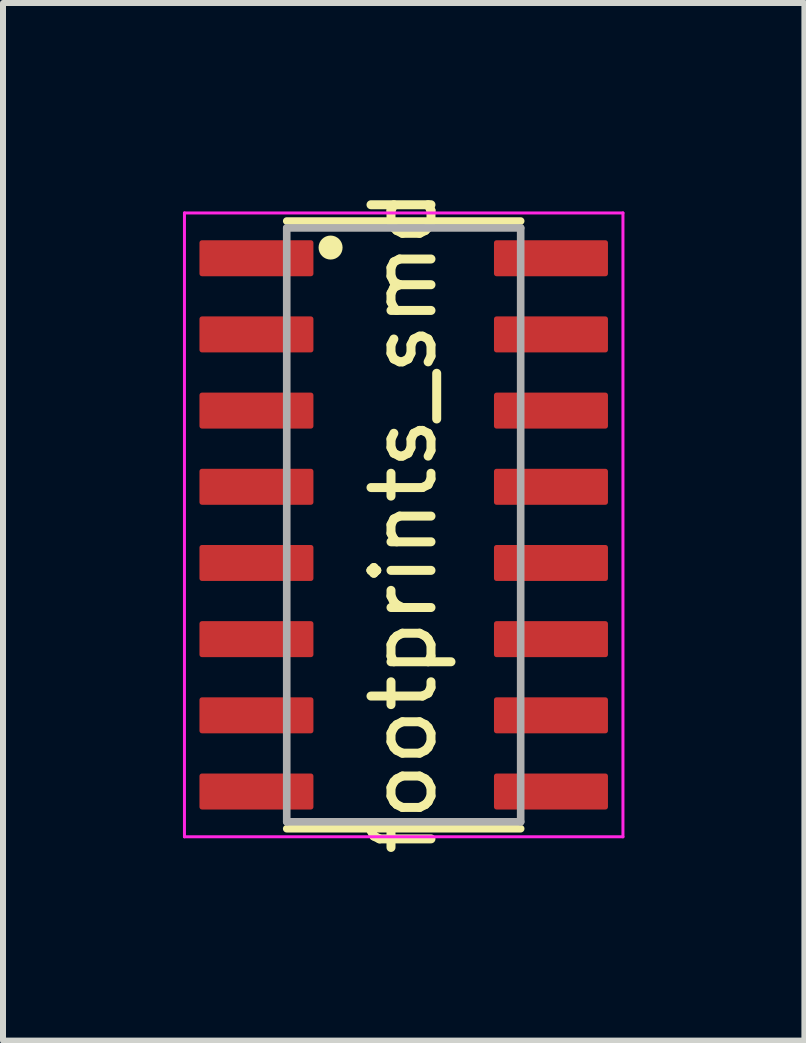
<source format=kicad_pcb>
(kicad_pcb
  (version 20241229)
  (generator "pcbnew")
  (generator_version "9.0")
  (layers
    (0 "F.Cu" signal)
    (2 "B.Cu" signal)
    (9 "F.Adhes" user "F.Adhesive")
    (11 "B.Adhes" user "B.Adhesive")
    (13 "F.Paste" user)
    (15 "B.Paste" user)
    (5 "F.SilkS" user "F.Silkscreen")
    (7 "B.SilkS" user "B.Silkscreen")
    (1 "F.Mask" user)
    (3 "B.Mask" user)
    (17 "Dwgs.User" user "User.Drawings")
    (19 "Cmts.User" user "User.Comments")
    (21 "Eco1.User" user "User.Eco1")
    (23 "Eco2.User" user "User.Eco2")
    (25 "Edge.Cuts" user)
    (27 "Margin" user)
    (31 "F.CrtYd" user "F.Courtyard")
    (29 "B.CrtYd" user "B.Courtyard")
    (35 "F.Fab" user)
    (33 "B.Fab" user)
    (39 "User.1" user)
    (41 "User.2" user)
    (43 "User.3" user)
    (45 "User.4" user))
  (footprint "footprints_smd"
    (layer "F.Cu")
    (at 3.68 5.7)
    (property "Reference" "footprints_smd" (at 0 -0.051 90) (layer "F.SilkS") (effects (font (size 1 1) (thickness 0.15))))
    (attr smd)
    (fp_line (start -1.95 -5.065) (end 1.95 -5.065) (stroke (width 0.127) (type solid)) (layer "F.SilkS"))
    (fp_line (start -1.95 5.065) (end 1.95 5.065) (stroke (width 0.127) (type solid)) (layer "F.SilkS"))
    (fp_circle (center -1.219 -4.623) (end -1.119 -4.623) (stroke (width 0.2) (type solid)) (fill no) (layer "F.SilkS"))
    (fp_line (start -3.655 -5.2) (end -3.655 5.2) (stroke (width 0.05) (type solid)) (layer "F.CrtYd"))
    (fp_line (start -3.655 -5.2) (end 3.655 -5.2) (stroke (width 0.05) (type solid)) (layer "F.CrtYd"))
    (fp_line (start -3.655 5.2) (end 3.655 5.2) (stroke (width 0.05) (type solid)) (layer "F.CrtYd"))
    (fp_line (start 3.655 -5.2) (end 3.655 5.2) (stroke (width 0.05) (type solid)) (layer "F.CrtYd"))
    (fp_line (start -1.95 -4.95) (end -1.95 4.95) (stroke (width 0.127) (type solid)) (layer "F.Fab"))
    (fp_line (start -1.95 -4.95) (end 1.95 -4.95) (stroke (width 0.127) (type solid)) (layer "F.Fab"))
    (fp_line (start -1.95 4.95) (end 1.95 4.95) (stroke (width 0.127) (type solid)) (layer "F.Fab"))
    (fp_line (start 1.95 -4.95) (end 1.95 4.95) (stroke (width 0.127) (type solid)) (layer "F.Fab"))
    (pad "1" smd roundrect (at -2.455 -4.445) (size 1.9 0.6) (layers "F.Cu" "F.Mask" "F.Paste") (roundrect_rratio 0.07))
    (pad "2" smd roundrect (at -2.455 -3.175) (size 1.9 0.6) (layers "F.Cu" "F.Mask" "F.Paste") (roundrect_rratio 0.07))
    (pad "3" smd roundrect (at -2.455 -1.905) (size 1.9 0.6) (layers "F.Cu" "F.Mask" "F.Paste") (roundrect_rratio 0.07))
    (pad "4" smd roundrect (at -2.455 -0.635) (size 1.9 0.6) (layers "F.Cu" "F.Mask" "F.Paste") (roundrect_rratio 0.07))
    (pad "5" smd roundrect (at -2.455 0.635) (size 1.9 0.6) (layers "F.Cu" "F.Mask" "F.Paste") (roundrect_rratio 0.07))
    (pad "6" smd roundrect (at -2.455 1.905) (size 1.9 0.6) (layers "F.Cu" "F.Mask" "F.Paste") (roundrect_rratio 0.07))
    (pad "7" smd roundrect (at -2.455 3.175) (size 1.9 0.6) (layers "F.Cu" "F.Mask" "F.Paste") (roundrect_rratio 0.07))
    (pad "8" smd roundrect (at -2.455 4.445) (size 1.9 0.6) (layers "F.Cu" "F.Mask" "F.Paste") (roundrect_rratio 0.07))
    (pad "9" smd roundrect (at 2.455 4.445) (size 1.9 0.6) (layers "F.Cu" "F.Mask" "F.Paste") (roundrect_rratio 0.07))
    (pad "10" smd roundrect (at 2.455 3.175) (size 1.9 0.6) (layers "F.Cu" "F.Mask" "F.Paste") (roundrect_rratio 0.07))
    (pad "11" smd roundrect (at 2.455 1.905) (size 1.9 0.6) (layers "F.Cu" "F.Mask" "F.Paste") (roundrect_rratio 0.07))
    (pad "12" smd roundrect (at 2.455 0.635) (size 1.9 0.6) (layers "F.Cu" "F.Mask" "F.Paste") (roundrect_rratio 0.07))
    (pad "13" smd roundrect (at 2.455 -0.635) (size 1.9 0.6) (layers "F.Cu" "F.Mask" "F.Paste") (roundrect_rratio 0.07))
    (pad "14" smd roundrect (at 2.455 -1.905) (size 1.9 0.6) (layers "F.Cu" "F.Mask" "F.Paste") (roundrect_rratio 0.07))
    (pad "15" smd roundrect (at 2.455 -3.175) (size 1.9 0.6) (layers "F.Cu" "F.Mask" "F.Paste") (roundrect_rratio 0.07))
    (pad "16" smd roundrect (at 2.455 -4.445) (size 1.9 0.6) (layers "F.Cu" "F.Mask" "F.Paste") (roundrect_rratio 0.07)))
  (gr_rect
    (start -3 -3)
    (end 10.36 14.298)
    (stroke (width 0.1) (type default))
    (fill no)
    (layer "Edge.Cuts")))
</source>
